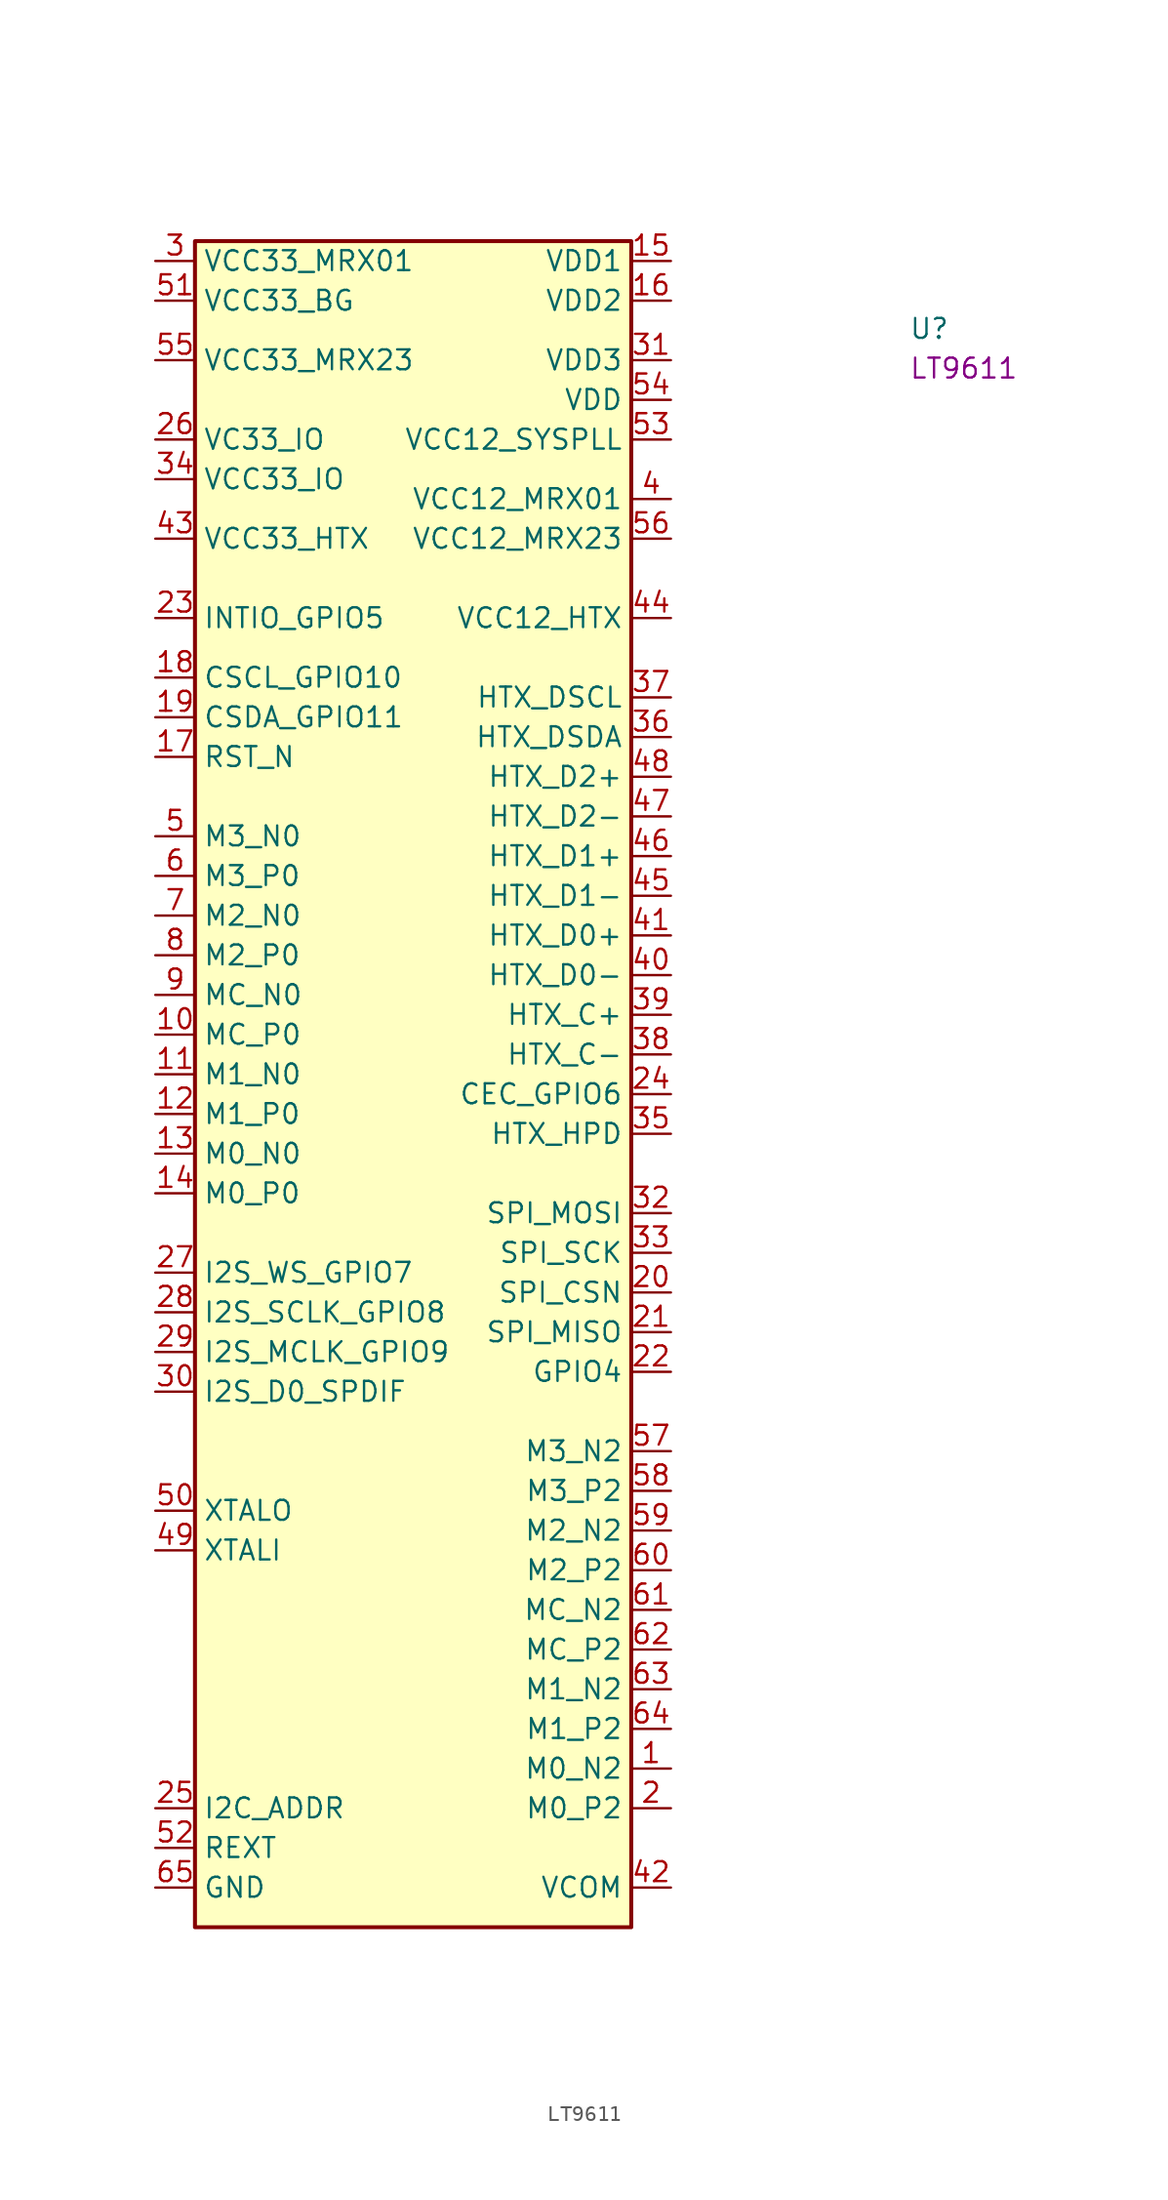
<source format=kicad_sym>
(kicad_symbol_lib
  (version 20220914)
  (generator kicad_symbol_editor)
  (symbol "LT9611"
    (property "Reference" "U"
      (at 48.26 -5.08 0)
      (effects (font (size 1.27 1.27) (thickness 0.15)) (justify left bottom)))
    (property "MPN" "LT9611"
      (at 48.26 -7.62 0)
      (effects (font (size 1.27 1.27) (thickness 0.15)) (justify left bottom)))
    (symbol "LT9611_1_1"
      (rectangle (start 2.54 1.27) (end 30.48 -106.68) (stroke (width 0.254) (type default)) (fill (type background)))
      (pin unspecified line (at 33.02 -96.52 180) (length 2.54) (name "M0_N2" (effects (font (size 1.27 1.27)))) (number "1" (effects (font (size 1.27 1.27)))))
      (pin input line (at 0 -49.53 0) (length 2.54) (name "MC_P0" (effects (font (size 1.27 1.27)))) (number "10" (effects (font (size 1.27 1.27)))))
      (pin input line (at 0 -52.07 0) (length 2.54) (name "M1_N0" (effects (font (size 1.27 1.27)))) (number "11" (effects (font (size 1.27 1.27)))))
      (pin input line (at 0 -54.61 0) (length 2.54) (name "M1_P0" (effects (font (size 1.27 1.27)))) (number "12" (effects (font (size 1.27 1.27)))))
      (pin input line (at 0 -57.15 0) (length 2.54) (name "M0_N0" (effects (font (size 1.27 1.27)))) (number "13" (effects (font (size 1.27 1.27)))))
      (pin input line (at 0 -59.69 0) (length 2.54) (name "M0_P0" (effects (font (size 1.27 1.27)))) (number "14" (effects (font (size 1.27 1.27)))))
      (pin power_in line (at 33.02 0 180) (length 2.54) (name "VDD1" (effects (font (size 1.27 1.27)))) (number "15" (effects (font (size 1.27 1.27)))))
      (pin power_in line (at 33.02 -2.54 180) (length 2.54) (name "VDD2" (effects (font (size 1.27 1.27)))) (number "16" (effects (font (size 1.27 1.27)))))
      (pin input line (at 0 -31.75 0) (length 2.54) (name "RST_N" (effects (font (size 1.27 1.27)))) (number "17" (effects (font (size 1.27 1.27)))))
      (pin bidirectional line (at 0 -26.67 0) (length 2.54) (name "CSCL_GPIO10" (effects (font (size 1.27 1.27)))) (number "18" (effects (font (size 1.27 1.27)))))
      (pin bidirectional line (at 0 -29.21 0) (length 2.54) (name "CSDA_GPIO11" (effects (font (size 1.27 1.27)))) (number "19" (effects (font (size 1.27 1.27)))))
      (pin unspecified line (at 33.02 -99.06 180) (length 2.54) (name "M0_P2" (effects (font (size 1.27 1.27)))) (number "2" (effects (font (size 1.27 1.27)))))
      (pin bidirectional line (at 33.02 -66.04 180) (length 2.54) (name "SPI_CSN" (effects (font (size 1.27 1.27)))) (number "20" (effects (font (size 1.27 1.27)))))
      (pin bidirectional line (at 33.02 -68.58 180) (length 2.54) (name "SPI_MISO" (effects (font (size 1.27 1.27)))) (number "21" (effects (font (size 1.27 1.27)))))
      (pin bidirectional line (at 33.02 -71.12 180) (length 2.54) (name "GPIO4" (effects (font (size 1.27 1.27)))) (number "22" (effects (font (size 1.27 1.27)))))
      (pin bidirectional line (at 0 -22.86 0) (length 2.54) (name "INTIO_GPIO5" (effects (font (size 1.27 1.27)))) (number "23" (effects (font (size 1.27 1.27)))))
      (pin bidirectional line (at 33.02 -53.34 180) (length 2.54) (name "CEC_GPIO6" (effects (font (size 1.27 1.27)))) (number "24" (effects (font (size 1.27 1.27)))))
      (pin input line (at 0 -99.06 0) (length 2.54) (name "I2C_ADDR" (effects (font (size 1.27 1.27)))) (number "25" (effects (font (size 1.27 1.27)))))
      (pin power_in line (at 0 -11.43 0) (length 2.54) (name "VC33_IO" (effects (font (size 1.27 1.27)))) (number "26" (effects (font (size 1.27 1.27)))))
      (pin bidirectional line (at 0 -64.77 0) (length 2.54) (name "I2S_WS_GPIO7" (effects (font (size 1.27 1.27)))) (number "27" (effects (font (size 1.27 1.27)))))
      (pin bidirectional line (at 0 -67.31 0) (length 2.54) (name "I2S_SCLK_GPIO8" (effects (font (size 1.27 1.27)))) (number "28" (effects (font (size 1.27 1.27)))))
      (pin bidirectional line (at 0 -69.85 0) (length 2.54) (name "I2S_MCLK_GPIO9" (effects (font (size 1.27 1.27)))) (number "29" (effects (font (size 1.27 1.27)))))
      (pin power_in line (at 0 0 0) (length 2.54) (name "VCC33_MRX01" (effects (font (size 1.27 1.27)))) (number "3" (effects (font (size 1.27 1.27)))))
      (pin bidirectional line (at 0 -72.39 0) (length 2.54) (name "I2S_D0_SPDIF" (effects (font (size 1.27 1.27)))) (number "30" (effects (font (size 1.27 1.27)))))
      (pin power_in line (at 33.02 -6.35 180) (length 2.54) (name "VDD3" (effects (font (size 1.27 1.27)))) (number "31" (effects (font (size 1.27 1.27)))))
      (pin bidirectional line (at 33.02 -60.96 180) (length 2.54) (name "SPI_MOSI" (effects (font (size 1.27 1.27)))) (number "32" (effects (font (size 1.27 1.27)))))
      (pin bidirectional line (at 33.02 -63.5 180) (length 2.54) (name "SPI_SCK" (effects (font (size 1.27 1.27)))) (number "33" (effects (font (size 1.27 1.27)))))
      (pin power_in line (at 0 -13.97 0) (length 2.54) (name "VCC33_IO" (effects (font (size 1.27 1.27)))) (number "34" (effects (font (size 1.27 1.27)))))
      (pin input line (at 33.02 -55.88 180) (length 2.54) (name "HTX_HPD" (effects (font (size 1.27 1.27)))) (number "35" (effects (font (size 1.27 1.27)))))
      (pin bidirectional line (at 33.02 -30.48 180) (length 2.54) (name "HTX_DSDA" (effects (font (size 1.27 1.27)))) (number "36" (effects (font (size 1.27 1.27)))))
      (pin output line (at 33.02 -27.94 180) (length 2.54) (name "HTX_DSCL" (effects (font (size 1.27 1.27)))) (number "37" (effects (font (size 1.27 1.27)))))
      (pin output line (at 33.02 -50.8 180) (length 2.54) (name "HTX_C-" (effects (font (size 1.27 1.27)))) (number "38" (effects (font (size 1.27 1.27)))))
      (pin output line (at 33.02 -48.26 180) (length 2.54) (name "HTX_C+" (effects (font (size 1.27 1.27)))) (number "39" (effects (font (size 1.27 1.27)))))
      (pin power_in line (at 33.02 -15.24 180) (length 2.54) (name "VCC12_MRX01" (effects (font (size 1.27 1.27)))) (number "4" (effects (font (size 1.27 1.27)))))
      (pin output line (at 33.02 -45.72 180) (length 2.54) (name "HTX_D0-" (effects (font (size 1.27 1.27)))) (number "40" (effects (font (size 1.27 1.27)))))
      (pin output line (at 33.02 -43.18 180) (length 2.54) (name "HTX_D0+" (effects (font (size 1.27 1.27)))) (number "41" (effects (font (size 1.27 1.27)))))
      (pin input line (at 33.02 -104.14 180) (length 2.54) (name "VCOM" (effects (font (size 1.27 1.27)))) (number "42" (effects (font (size 1.27 1.27)))))
      (pin power_in line (at 0 -17.78 0) (length 2.54) (name "VCC33_HTX" (effects (font (size 1.27 1.27)))) (number "43" (effects (font (size 1.27 1.27)))))
      (pin power_in line (at 33.02 -22.86 180) (length 2.54) (name "VCC12_HTX" (effects (font (size 1.27 1.27)))) (number "44" (effects (font (size 1.27 1.27)))))
      (pin output line (at 33.02 -40.64 180) (length 2.54) (name "HTX_D1-" (effects (font (size 1.27 1.27)))) (number "45" (effects (font (size 1.27 1.27)))))
      (pin output line (at 33.02 -38.1 180) (length 2.54) (name "HTX_D1+" (effects (font (size 1.27 1.27)))) (number "46" (effects (font (size 1.27 1.27)))))
      (pin output line (at 33.02 -35.56 180) (length 2.54) (name "HTX_D2-" (effects (font (size 1.27 1.27)))) (number "47" (effects (font (size 1.27 1.27)))))
      (pin output line (at 33.02 -33.02 180) (length 2.54) (name "HTX_D2+" (effects (font (size 1.27 1.27)))) (number "48" (effects (font (size 1.27 1.27)))))
      (pin input line (at 0 -82.55 0) (length 2.54) (name "XTALI" (effects (font (size 1.27 1.27)))) (number "49" (effects (font (size 1.27 1.27)))))
      (pin input line (at 0 -36.83 0) (length 2.54) (name "M3_N0" (effects (font (size 1.27 1.27)))) (number "5" (effects (font (size 1.27 1.27)))))
      (pin output line (at 0 -80.01 0) (length 2.54) (name "XTALO" (effects (font (size 1.27 1.27)))) (number "50" (effects (font (size 1.27 1.27)))))
      (pin power_in line (at 0 -2.54 0) (length 2.54) (name "VCC33_BG" (effects (font (size 1.27 1.27)))) (number "51" (effects (font (size 1.27 1.27)))))
      (pin passive line (at 0 -101.6 0) (length 2.54) (name "REXT" (effects (font (size 1.27 1.27)))) (number "52" (effects (font (size 1.27 1.27)))))
      (pin power_in line (at 33.02 -11.43 180) (length 2.54) (name "VCC12_SYSPLL" (effects (font (size 1.27 1.27)))) (number "53" (effects (font (size 1.27 1.27)))))
      (pin power_in line (at 33.02 -8.89 180) (length 2.54) (name "VDD" (effects (font (size 1.27 1.27)))) (number "54" (effects (font (size 1.27 1.27)))))
      (pin power_in line (at 0 -6.35 0) (length 2.54) (name "VCC33_MRX23" (effects (font (size 1.27 1.27)))) (number "55" (effects (font (size 1.27 1.27)))))
      (pin power_in line (at 33.02 -17.78 180) (length 2.54) (name "VCC12_MRX23" (effects (font (size 1.27 1.27)))) (number "56" (effects (font (size 1.27 1.27)))))
      (pin input line (at 33.02 -76.2 180) (length 2.54) (name "M3_N2" (effects (font (size 1.27 1.27)))) (number "57" (effects (font (size 1.27 1.27)))))
      (pin input line (at 33.02 -78.74 180) (length 2.54) (name "M3_P2" (effects (font (size 1.27 1.27)))) (number "58" (effects (font (size 1.27 1.27)))))
      (pin input line (at 33.02 -81.28 180) (length 2.54) (name "M2_N2" (effects (font (size 1.27 1.27)))) (number "59" (effects (font (size 1.27 1.27)))))
      (pin input line (at 0 -39.37 0) (length 2.54) (name "M3_P0" (effects (font (size 1.27 1.27)))) (number "6" (effects (font (size 1.27 1.27)))))
      (pin input line (at 33.02 -83.82 180) (length 2.54) (name "M2_P2" (effects (font (size 1.27 1.27)))) (number "60" (effects (font (size 1.27 1.27)))))
      (pin input line (at 33.02 -86.36 180) (length 2.54) (name "MC_N2" (effects (font (size 1.27 1.27)))) (number "61" (effects (font (size 1.27 1.27)))))
      (pin input line (at 33.02 -88.9 180) (length 2.54) (name "MC_P2" (effects (font (size 1.27 1.27)))) (number "62" (effects (font (size 1.27 1.27)))))
      (pin input line (at 33.02 -91.44 180) (length 2.54) (name "M1_N2" (effects (font (size 1.27 1.27)))) (number "63" (effects (font (size 1.27 1.27)))))
      (pin input line (at 33.02 -93.98 180) (length 2.54) (name "M1_P2" (effects (font (size 1.27 1.27)))) (number "64" (effects (font (size 1.27 1.27)))))
      (pin power_in line (at 0 -104.14 0) (length 2.54) (name "GND" (effects (font (size 1.27 1.27)))) (number "65" (effects (font (size 1.27 1.27)))))
      (pin input line (at 0 -41.91 0) (length 2.54) (name "M2_N0" (effects (font (size 1.27 1.27)))) (number "7" (effects (font (size 1.27 1.27)))))
      (pin input line (at 0 -44.45 0) (length 2.54) (name "M2_P0" (effects (font (size 1.27 1.27)))) (number "8" (effects (font (size 1.27 1.27)))))
      (pin input line (at 0 -46.99 0) (length 2.54) (name "MC_N0" (effects (font (size 1.27 1.27)))) (number "9" (effects (font (size 1.27 1.27))))))))
</source>
